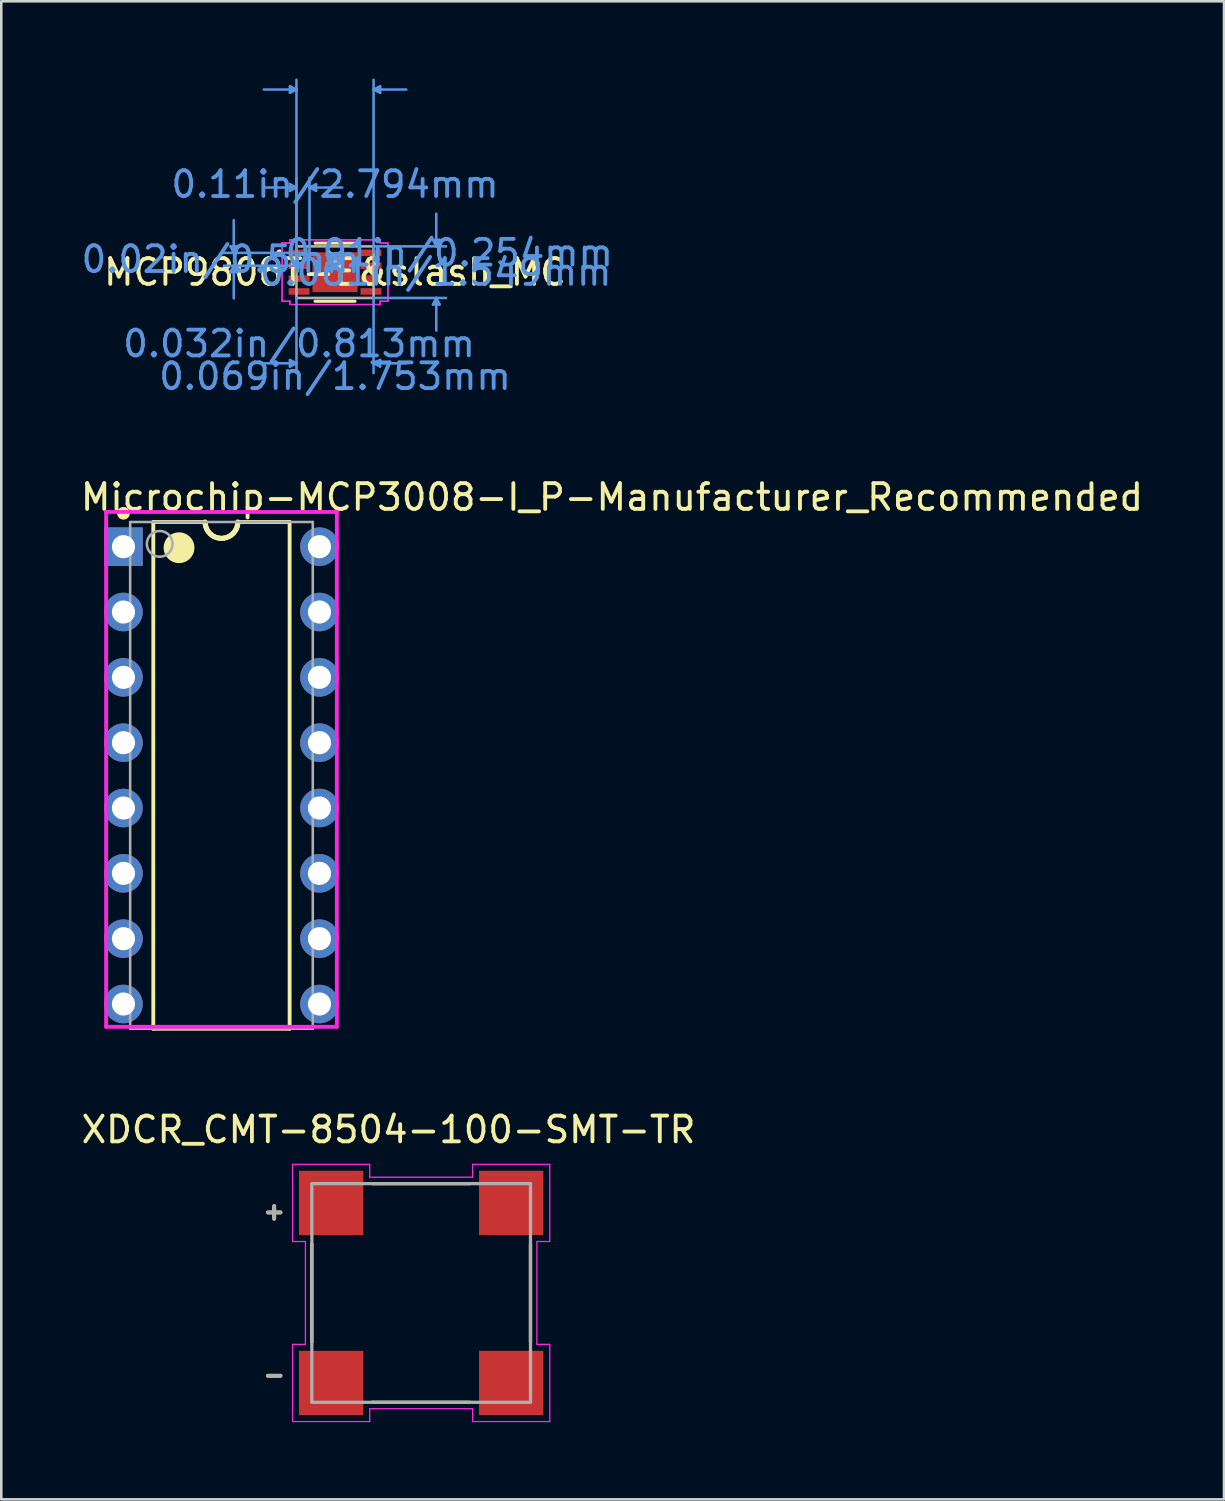
<source format=kicad_pcb>
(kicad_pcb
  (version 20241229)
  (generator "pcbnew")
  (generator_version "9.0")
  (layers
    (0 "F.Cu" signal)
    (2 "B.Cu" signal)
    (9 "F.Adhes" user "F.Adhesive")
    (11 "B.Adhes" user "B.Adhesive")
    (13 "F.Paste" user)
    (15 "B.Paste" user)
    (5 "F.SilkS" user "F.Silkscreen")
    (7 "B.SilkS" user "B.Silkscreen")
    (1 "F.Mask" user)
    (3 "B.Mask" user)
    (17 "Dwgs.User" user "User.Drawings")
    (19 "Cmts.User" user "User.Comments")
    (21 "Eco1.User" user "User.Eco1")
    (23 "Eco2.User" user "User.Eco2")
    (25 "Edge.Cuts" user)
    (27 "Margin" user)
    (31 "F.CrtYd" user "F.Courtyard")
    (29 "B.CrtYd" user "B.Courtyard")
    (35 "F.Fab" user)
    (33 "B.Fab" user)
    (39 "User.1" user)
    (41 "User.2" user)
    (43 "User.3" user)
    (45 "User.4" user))
  (footprint "MCP9808T-E&slash_MC"
    (layer "F.Cu")
    (at 9.975 7.531)
    (property "Reference" "MCP9808T-E&slash_MC" (at 0 0 0) (layer "F.SilkS") (effects (font (size 1 1) (thickness 0.15))))
    (attr through_hole)
    (fp_line (start -0.775 1.13) (end 0.775 1.13) (stroke (width 0.12) (type solid)) (layer "F.SilkS"))
    (fp_line (start 0.775 -1.13) (end -0.775 -1.13) (stroke (width 0.12) (type solid)) (layer "F.SilkS"))
    (fp_arc (start -2.13614 -0.676171) (mid -2.2312 -0.75) (end -2.13614 -0.823829) (stroke (width 0.12) (type solid)) (layer "F.SilkS"))
    (fp_line (start -4.064 -1.004) (end -3.81 -1.004) (stroke (width 0.1) (type solid)) (layer "Cmts.User"))
    (fp_line (start -4.064 0.004) (end -3.81 0.004) (stroke (width 0.1) (type solid)) (layer "Cmts.User"))
    (fp_line (start -3.937 -0.75) (end -4.064 -1.004) (stroke (width 0.1) (type solid)) (layer "Cmts.User"))
    (fp_line (start -3.937 -0.75) (end -3.937 -2.02) (stroke (width 0.1) (type solid)) (layer "Cmts.User"))
    (fp_line (start -3.937 -0.75) (end -3.81 -1.004) (stroke (width 0.1) (type solid)) (layer "Cmts.User"))
    (fp_line (start -3.937 -0.25) (end -4.064 0.004) (stroke (width 0.1) (type solid)) (layer "Cmts.User"))
    (fp_line (start -3.937 -0.25) (end -3.937 1.02) (stroke (width 0.1) (type solid)) (layer "Cmts.User"))
    (fp_line (start -3.937 -0.25) (end -3.81 0.004) (stroke (width 0.1) (type solid)) (layer "Cmts.User"))
    (fp_line (start -1.753 -7.227) (end -1.753 -6.973) (stroke (width 0.1) (type solid)) (layer "Cmts.User"))
    (fp_line (start -1.753 -3.417) (end -1.753 -3.163) (stroke (width 0.1) (type solid)) (layer "Cmts.User"))
    (fp_line (start -1.753 3.416) (end -1.753 3.67) (stroke (width 0.1) (type solid)) (layer "Cmts.User"))
    (fp_line (start -1.499 -7.1) (end -2.769 -7.1) (stroke (width 0.1) (type solid)) (layer "Cmts.User"))
    (fp_line (start -1.499 -7.1) (end -1.753 -7.227) (stroke (width 0.1) (type solid)) (layer "Cmts.User"))
    (fp_line (start -1.499 -7.1) (end -1.753 -6.973) (stroke (width 0.1) (type solid)) (layer "Cmts.User"))
    (fp_line (start -1.499 -3.29) (end -2.769 -3.29) (stroke (width 0.1) (type solid)) (layer "Cmts.User"))
    (fp_line (start -1.499 -3.29) (end -1.753 -3.417) (stroke (width 0.1) (type solid)) (layer "Cmts.User"))
    (fp_line (start -1.499 -3.29) (end -1.753 -3.163) (stroke (width 0.1) (type solid)) (layer "Cmts.User"))
    (fp_line (start -1.499 -0.75) (end -1.499 -7.481) (stroke (width 0.1) (type solid)) (layer "Cmts.User"))
    (fp_line (start -1.499 -0.75) (end -1.499 -3.671) (stroke (width 0.1) (type solid)) (layer "Cmts.User"))
    (fp_line (start -1.499 1.003) (end -1.499 3.924) (stroke (width 0.1) (type solid)) (layer "Cmts.User"))
    (fp_line (start -1.499 3.543) (end -2.769 3.543) (stroke (width 0.1) (type solid)) (layer "Cmts.User"))
    (fp_line (start -1.499 3.543) (end -1.753 3.416) (stroke (width 0.1) (type solid)) (layer "Cmts.User"))
    (fp_line (start -1.499 3.543) (end -1.753 3.67) (stroke (width 0.1) (type solid)) (layer "Cmts.User"))
    (fp_line (start -1.397 -0.75) (end -4.318 -0.75) (stroke (width 0.1) (type solid)) (layer "Cmts.User"))
    (fp_line (start -1.397 -0.25) (end -4.318 -0.25) (stroke (width 0.1) (type solid)) (layer "Cmts.User"))
    (fp_line (start -0.991 -3.29) (end -0.737 -3.417) (stroke (width 0.1) (type solid)) (layer "Cmts.User"))
    (fp_line (start -0.991 -3.29) (end -0.737 -3.163) (stroke (width 0.1) (type solid)) (layer "Cmts.User"))
    (fp_line (start -0.991 -3.29) (end 0.279 -3.29) (stroke (width 0.1) (type solid)) (layer "Cmts.User"))
    (fp_line (start -0.991 -0.75) (end -0.991 -3.671) (stroke (width 0.1) (type solid)) (layer "Cmts.User"))
    (fp_line (start -0.737 -3.417) (end -0.737 -3.163) (stroke (width 0.1) (type solid)) (layer "Cmts.User"))
    (fp_line (start 1.499 -7.1) (end 1.753 -7.227) (stroke (width 0.1) (type solid)) (layer "Cmts.User"))
    (fp_line (start 1.499 -7.1) (end 1.753 -6.973) (stroke (width 0.1) (type solid)) (layer "Cmts.User"))
    (fp_line (start 1.499 -7.1) (end 2.769 -7.1) (stroke (width 0.1) (type solid)) (layer "Cmts.User"))
    (fp_line (start 1.499 -1.003) (end 4.318 -1.003) (stroke (width 0.1) (type solid)) (layer "Cmts.User"))
    (fp_line (start 1.499 -0.75) (end 1.499 -7.481) (stroke (width 0.1) (type solid)) (layer "Cmts.User"))
    (fp_line (start 1.499 1.003) (end 1.499 3.924) (stroke (width 0.1) (type solid)) (layer "Cmts.User"))
    (fp_line (start 1.499 1.003) (end 4.318 1.003) (stroke (width 0.1) (type solid)) (layer "Cmts.User"))
    (fp_line (start 1.499 3.543) (end 1.753 3.416) (stroke (width 0.1) (type solid)) (layer "Cmts.User"))
    (fp_line (start 1.499 3.543) (end 1.753 3.67) (stroke (width 0.1) (type solid)) (layer "Cmts.User"))
    (fp_line (start 1.499 3.543) (end 2.769 3.543) (stroke (width 0.1) (type solid)) (layer "Cmts.User"))
    (fp_line (start 1.753 -7.227) (end 1.753 -6.973) (stroke (width 0.1) (type solid)) (layer "Cmts.User"))
    (fp_line (start 1.753 3.416) (end 1.753 3.67) (stroke (width 0.1) (type solid)) (layer "Cmts.User"))
    (fp_line (start 3.81 -1.257) (end 4.064 -1.257) (stroke (width 0.1) (type solid)) (layer "Cmts.User"))
    (fp_line (start 3.81 1.257) (end 4.064 1.257) (stroke (width 0.1) (type solid)) (layer "Cmts.User"))
    (fp_line (start 3.937 -1.003) (end 3.81 -1.257) (stroke (width 0.1) (type solid)) (layer "Cmts.User"))
    (fp_line (start 3.937 -1.003) (end 3.937 -2.273) (stroke (width 0.1) (type solid)) (layer "Cmts.User"))
    (fp_line (start 3.937 -1.003) (end 4.064 -1.257) (stroke (width 0.1) (type solid)) (layer "Cmts.User"))
    (fp_line (start 3.937 1.003) (end 3.81 1.257) (stroke (width 0.1) (type solid)) (layer "Cmts.User"))
    (fp_line (start 3.937 1.003) (end 3.937 2.273) (stroke (width 0.1) (type solid)) (layer "Cmts.User"))
    (fp_line (start 3.937 1.003) (end 4.064 1.257) (stroke (width 0.1) (type solid)) (layer "Cmts.User"))
    (fp_line (start -2.057 -1.131) (end -1.753 -1.131) (stroke (width 0.05) (type solid)) (layer "F.CrtYd"))
    (fp_line (start -2.057 -1.131) (end -1.753 -1.131) (stroke (width 0.05) (type solid)) (layer "F.CrtYd"))
    (fp_line (start -2.057 1.131) (end -2.057 -1.131) (stroke (width 0.05) (type solid)) (layer "F.CrtYd"))
    (fp_line (start -2.057 1.131) (end -2.057 -1.131) (stroke (width 0.05) (type solid)) (layer "F.CrtYd"))
    (fp_line (start -2.057 1.131) (end -1.753 1.131) (stroke (width 0.05) (type solid)) (layer "F.CrtYd"))
    (fp_line (start -1.753 -1.257) (end 1.753 -1.257) (stroke (width 0.05) (type solid)) (layer "F.CrtYd"))
    (fp_line (start -1.753 -1.257) (end 1.753 -1.257) (stroke (width 0.05) (type solid)) (layer "F.CrtYd"))
    (fp_line (start -1.753 -1.131) (end -1.753 -1.257) (stroke (width 0.05) (type solid)) (layer "F.CrtYd"))
    (fp_line (start -1.753 -1.131) (end -1.753 -1.257) (stroke (width 0.05) (type solid)) (layer "F.CrtYd"))
    (fp_line (start -1.753 1.131) (end -2.057 1.131) (stroke (width 0.05) (type solid)) (layer "F.CrtYd"))
    (fp_line (start -1.753 1.257) (end -1.753 1.131) (stroke (width 0.05) (type solid)) (layer "F.CrtYd"))
    (fp_line (start -1.753 1.257) (end -1.753 1.131) (stroke (width 0.05) (type solid)) (layer "F.CrtYd"))
    (fp_line (start 1.753 -1.257) (end 1.753 -1.131) (stroke (width 0.05) (type solid)) (layer "F.CrtYd"))
    (fp_line (start 1.753 -1.257) (end 1.753 -1.131) (stroke (width 0.05) (type solid)) (layer "F.CrtYd"))
    (fp_line (start 1.753 -1.131) (end 2.057 -1.131) (stroke (width 0.05) (type solid)) (layer "F.CrtYd"))
    (fp_line (start 1.753 1.131) (end 1.753 1.257) (stroke (width 0.05) (type solid)) (layer "F.CrtYd"))
    (fp_line (start 1.753 1.131) (end 1.753 1.257) (stroke (width 0.05) (type solid)) (layer "F.CrtYd"))
    (fp_line (start 1.753 1.257) (end -1.753 1.257) (stroke (width 0.05) (type solid)) (layer "F.CrtYd"))
    (fp_line (start 1.753 1.257) (end -1.753 1.257) (stroke (width 0.05) (type solid)) (layer "F.CrtYd"))
    (fp_line (start 2.057 -1.131) (end 1.753 -1.131) (stroke (width 0.05) (type solid)) (layer "F.CrtYd"))
    (fp_line (start 2.057 -1.131) (end 2.057 1.131) (stroke (width 0.05) (type solid)) (layer "F.CrtYd"))
    (fp_line (start 2.057 -1.131) (end 2.057 1.131) (stroke (width 0.05) (type solid)) (layer "F.CrtYd"))
    (fp_line (start 2.057 1.131) (end 1.753 1.131) (stroke (width 0.05) (type solid)) (layer "F.CrtYd"))
    (fp_line (start 2.057 1.131) (end 1.753 1.131) (stroke (width 0.05) (type solid)) (layer "F.CrtYd"))
    (fp_line (start -1.499 -1.003) (end -1.499 1.003) (stroke (width 0.1) (type solid)) (layer "F.Fab"))
    (fp_line (start -1.499 1.003) (end 1.499 1.003) (stroke (width 0.1) (type solid)) (layer "F.Fab"))
    (fp_line (start 1.499 -1.003) (end -1.499 -1.003) (stroke (width 0.1) (type solid)) (layer "F.Fab"))
    (fp_line (start 1.499 1.003) (end 1.499 -1.003) (stroke (width 0.1) (type solid)) (layer "F.Fab"))
    (fp_arc (start 0.3048 -1.0033) (mid 0 -0.6985) (end -0.3048 -1.0033) (stroke (width 0.1) (type solid)) (layer "F.Fab"))
    (fp_text user "*" (at 0 0 0) (layer "F.SilkS") (effects (font (size 1 1) (thickness 0.15))))
    (fp_text user "Copyright 2021 Accelerated Designs. All rights reserved." (at 0 0 0) (layer "Cmts.User") (effects (font (size 0.127 0.127) (thickness 0.002))))
    (fp_text user "0.061in/1.549mm" (at 3.912 0 0) (layer "Cmts.User") (effects (font (size 1 1) (thickness 0.15))))
    (fp_text user "0.01in/0.254mm" (at 4.445 -0.75 0) (layer "Cmts.User") (effects (font (size 1 1) (thickness 0.15))))
    (fp_text user "0.032in/0.813mm" (at -1.397 2.781 0) (layer "Cmts.User") (effects (font (size 1 1) (thickness 0.15))))
    (fp_text user "0.11in/2.794mm" (at 0 -3.416 0) (layer "Cmts.User") (effects (font (size 1 1) (thickness 0.15))))
    (fp_text user "0.02in/0.5mm" (at -4.445 -0.5 0) (layer "Cmts.User") (effects (font (size 1 1) (thickness 0.15))))
    (fp_text user "0.069in/1.753mm" (at 0 4.051 0) (layer "Cmts.User") (effects (font (size 1 1) (thickness 0.15))))
    (fp_text user "*" (at 0 0 0) (layer "F.Fab") (effects (font (size 1 1) (thickness 0.15))))
    (pad "1" smd rect (at -1.397 -0.75) (size 0.813 0.254) (layers "F.Cu" "F.Mask" "F.Paste"))
    (pad "2" smd rect (at -1.397 -0.25) (size 0.813 0.254) (layers "F.Cu" "F.Mask" "F.Paste"))
    (pad "3" smd rect (at -1.397 0.25) (size 0.813 0.254) (layers "F.Cu" "F.Mask" "F.Paste"))
    (pad "4" smd rect (at -1.397 0.75) (size 0.813 0.254) (layers "F.Cu" "F.Mask" "F.Paste"))
    (pad "5" smd rect (at 1.397 0.75) (size 0.813 0.254) (layers "F.Cu" "F.Mask" "F.Paste"))
    (pad "6" smd rect (at 1.397 0.25) (size 0.813 0.254) (layers "F.Cu" "F.Mask" "F.Paste"))
    (pad "7" smd rect (at 1.397 -0.25) (size 0.813 0.254) (layers "F.Cu" "F.Mask" "F.Paste"))
    (pad "8" smd rect (at 1.397 -0.75) (size 0.813 0.254) (layers "F.Cu" "F.Mask" "F.Paste"))
    (pad "9" smd rect (at 0 0) (size 1.753 1.549) (layers "F.Cu" "F.Mask" "F.Paste")))
  (footprint "Microchip-MCP3008-I_P-Manufacturer_Recommended"
    (layer "F.Cu")
    (at 5.56 27.094)
    (property "Reference" "Microchip-MCP3008-I_P-Manufacturer_Recommended" (at -5.56 -10.815 0) (layer "F.SilkS") (effects (font (size 1 1) (thickness 0.15)) (justify left)))
    (attr through_hole)
    (fp_line (start -2.65 -9.85) (end -0.635 -9.85) (stroke (width 0.15) (type solid)) (layer "F.SilkS"))
    (fp_line (start -2.65 9.85) (end -2.65 -9.85) (stroke (width 0.15) (type solid)) (layer "F.SilkS"))
    (fp_line (start -2.65 9.85) (end 2.65 9.85) (stroke (width 0.15) (type solid)) (layer "F.SilkS"))
    (fp_line (start -0.635 -9.85) (end -0.627 -9.751) (stroke (width 0.2) (type solid)) (layer "F.SilkS"))
    (fp_line (start -0.627 -9.751) (end -0.604 -9.654) (stroke (width 0.2) (type solid)) (layer "F.SilkS"))
    (fp_line (start -0.604 -9.654) (end -0.566 -9.562) (stroke (width 0.2) (type solid)) (layer "F.SilkS"))
    (fp_line (start -0.566 -9.562) (end -0.514 -9.477) (stroke (width 0.2) (type solid)) (layer "F.SilkS"))
    (fp_line (start -0.514 -9.477) (end -0.449 -9.401) (stroke (width 0.2) (type solid)) (layer "F.SilkS"))
    (fp_line (start -0.449 -9.401) (end -0.373 -9.336) (stroke (width 0.2) (type solid)) (layer "F.SilkS"))
    (fp_line (start -0.373 -9.336) (end -0.288 -9.284) (stroke (width 0.2) (type solid)) (layer "F.SilkS"))
    (fp_line (start -0.288 -9.284) (end -0.196 -9.246) (stroke (width 0.2) (type solid)) (layer "F.SilkS"))
    (fp_line (start -0.196 -9.246) (end -0.099 -9.223) (stroke (width 0.2) (type solid)) (layer "F.SilkS"))
    (fp_line (start -0.099 -9.223) (end 0 -9.215) (stroke (width 0.2) (type solid)) (layer "F.SilkS"))
    (fp_line (start 0 -9.215) (end 0.099 -9.223) (stroke (width 0.2) (type solid)) (layer "F.SilkS"))
    (fp_line (start 0.099 -9.223) (end 0.196 -9.246) (stroke (width 0.2) (type solid)) (layer "F.SilkS"))
    (fp_line (start 0.196 -9.246) (end 0.288 -9.284) (stroke (width 0.2) (type solid)) (layer "F.SilkS"))
    (fp_line (start 0.288 -9.284) (end 0.373 -9.336) (stroke (width 0.2) (type solid)) (layer "F.SilkS"))
    (fp_line (start 0.373 -9.336) (end 0.449 -9.401) (stroke (width 0.2) (type solid)) (layer "F.SilkS"))
    (fp_line (start 0.449 -9.401) (end 0.514 -9.477) (stroke (width 0.2) (type solid)) (layer "F.SilkS"))
    (fp_line (start 0.514 -9.477) (end 0.566 -9.562) (stroke (width 0.2) (type solid)) (layer "F.SilkS"))
    (fp_line (start 0.566 -9.562) (end 0.604 -9.654) (stroke (width 0.2) (type solid)) (layer "F.SilkS"))
    (fp_line (start 0.604 -9.654) (end 0.627 -9.751) (stroke (width 0.2) (type solid)) (layer "F.SilkS"))
    (fp_line (start 0.627 -9.751) (end 0.635 -9.85) (stroke (width 0.2) (type solid)) (layer "F.SilkS"))
    (fp_line (start 0.635 -9.85) (end 2.65 -9.85) (stroke (width 0.15) (type solid)) (layer "F.SilkS"))
    (fp_line (start 2.65 9.85) (end 2.65 -9.85) (stroke (width 0.15) (type solid)) (layer "F.SilkS"))
    (fp_circle (center -3.81 -10.19) (end -3.685 -10.19) (stroke (width 0.25) (type solid)) (fill no) (layer "F.SilkS"))
    (fp_circle (center -1.65 -8.85) (end -1.35 -8.85) (stroke (width 0.6) (type solid)) (fill no) (layer "F.SilkS"))
    (fp_line (start -4.485 -10.24) (end -4.485 9.775) (stroke (width 0.15) (type solid)) (layer "F.CrtYd"))
    (fp_line (start -4.485 9.775) (end 4.485 9.775) (stroke (width 0.15) (type solid)) (layer "F.CrtYd"))
    (fp_line (start 4.485 -10.24) (end -4.485 -10.24) (stroke (width 0.15) (type solid)) (layer "F.CrtYd"))
    (fp_line (start 4.485 -10.24) (end 4.485 -10.24) (stroke (width 0.15) (type solid)) (layer "F.CrtYd"))
    (fp_line (start 4.485 9.775) (end 4.485 -10.24) (stroke (width 0.15) (type solid)) (layer "F.CrtYd"))
    (fp_line (start -3.55 -9.85) (end 3.55 -9.85) (stroke (width 0.1) (type solid)) (layer "F.Fab"))
    (fp_line (start -3.55 9.85) (end -3.55 -9.85) (stroke (width 0.1) (type solid)) (layer "F.Fab"))
    (fp_line (start -3.55 9.85) (end 3.55 9.85) (stroke (width 0.1) (type solid)) (layer "F.Fab"))
    (fp_line (start 3.55 9.85) (end 3.55 -9.85) (stroke (width 0.1) (type solid)) (layer "F.Fab"))
    (fp_circle (center -2.4 -9) (end -1.9 -9) (stroke (width 0.1) (type solid)) (fill no) (layer "F.Fab"))
    (pad "1" thru_hole rect (at -3.81 -8.89) (size 1.5 1.5) (drill 0.9) (layers "*.Cu"))
    (pad "2" thru_hole circle (at -3.81 -6.35) (size 1.5 1.5) (drill 0.9) (layers "*.Cu"))
    (pad "3" thru_hole circle (at -3.81 -3.81) (size 1.5 1.5) (drill 0.9) (layers "*.Cu"))
    (pad "4" thru_hole circle (at -3.81 -1.27) (size 1.5 1.5) (drill 0.9) (layers "*.Cu"))
    (pad "5" thru_hole circle (at -3.81 1.27) (size 1.5 1.5) (drill 0.9) (layers "*.Cu"))
    (pad "6" thru_hole circle (at -3.81 3.81) (size 1.5 1.5) (drill 0.9) (layers "*.Cu"))
    (pad "7" thru_hole circle (at -3.81 6.35) (size 1.5 1.5) (drill 0.9) (layers "*.Cu"))
    (pad "8" thru_hole circle (at -3.81 8.89) (size 1.5 1.5) (drill 0.9) (layers "*.Cu"))
    (pad "9" thru_hole circle (at 3.81 8.89) (size 1.5 1.5) (drill 0.9) (layers "*.Cu"))
    (pad "10" thru_hole circle (at 3.81 6.35) (size 1.5 1.5) (drill 0.9) (layers "*.Cu"))
    (pad "11" thru_hole circle (at 3.81 3.81) (size 1.5 1.5) (drill 0.9) (layers "*.Cu"))
    (pad "12" thru_hole circle (at 3.81 1.27) (size 1.5 1.5) (drill 0.9) (layers "*.Cu"))
    (pad "13" thru_hole circle (at 3.81 -1.27) (size 1.5 1.5) (drill 0.9) (layers "*.Cu"))
    (pad "14" thru_hole circle (at 3.81 -3.81) (size 1.5 1.5) (drill 0.9) (layers "*.Cu"))
    (pad "15" thru_hole circle (at 3.81 -6.35) (size 1.5 1.5) (drill 0.9) (layers "*.Cu"))
    (pad "16" thru_hole circle (at 3.81 -8.89) (size 1.5 1.5) (drill 0.9) (layers "*.Cu")))
  (footprint "XDCR_CMT-8504-100-SMT-TR"
    (layer "F.Cu")
    (at 13.324 47.217)
    (property "Reference" "XDCR_CMT-8504-100-SMT-TR" (at -1.27 -6.35 0) (layer "F.SilkS") (effects (font (size 1 1) (thickness 0.15))))
    (attr through_hole)
    (fp_line (start -4.25 -1.9) (end -4.25 1.9) (stroke (width 0.127) (type solid)) (layer "F.SilkS"))
    (fp_line (start -1.9 4.25) (end 1.9 4.25) (stroke (width 0.127) (type solid)) (layer "F.SilkS"))
    (fp_line (start 1.9 -4.25) (end -1.9 -4.25) (stroke (width 0.127) (type solid)) (layer "F.SilkS"))
    (fp_line (start 4.25 1.9) (end 4.25 -1.9) (stroke (width 0.127) (type solid)) (layer "F.SilkS"))
    (fp_line (start -5 -5) (end -2 -5) (stroke (width 0.05) (type solid)) (layer "F.CrtYd"))
    (fp_line (start -5 -2) (end -5 -5) (stroke (width 0.05) (type solid)) (layer "F.CrtYd"))
    (fp_line (start -5 2) (end -4.5 2) (stroke (width 0.05) (type solid)) (layer "F.CrtYd"))
    (fp_line (start -5 5) (end -5 2) (stroke (width 0.05) (type solid)) (layer "F.CrtYd"))
    (fp_line (start -4.5 -2) (end -5 -2) (stroke (width 0.05) (type solid)) (layer "F.CrtYd"))
    (fp_line (start -4.5 2) (end -4.5 -2) (stroke (width 0.05) (type solid)) (layer "F.CrtYd"))
    (fp_line (start -2 -5) (end -2 -4.5) (stroke (width 0.05) (type solid)) (layer "F.CrtYd"))
    (fp_line (start -2 -4.5) (end 2 -4.5) (stroke (width 0.05) (type solid)) (layer "F.CrtYd"))
    (fp_line (start -2 4.5) (end -2 5) (stroke (width 0.05) (type solid)) (layer "F.CrtYd"))
    (fp_line (start -2 5) (end -5 5) (stroke (width 0.05) (type solid)) (layer "F.CrtYd"))
    (fp_line (start 2 -5) (end 5 -5) (stroke (width 0.05) (type solid)) (layer "F.CrtYd"))
    (fp_line (start 2 -4.5) (end 2 -5) (stroke (width 0.05) (type solid)) (layer "F.CrtYd"))
    (fp_line (start 2 4.5) (end -2 4.5) (stroke (width 0.05) (type solid)) (layer "F.CrtYd"))
    (fp_line (start 2 5) (end 2 4.5) (stroke (width 0.05) (type solid)) (layer "F.CrtYd"))
    (fp_line (start 4.5 -2) (end 4.5 2) (stroke (width 0.05) (type solid)) (layer "F.CrtYd"))
    (fp_line (start 4.5 2) (end 5 2) (stroke (width 0.05) (type solid)) (layer "F.CrtYd"))
    (fp_line (start 5 -5) (end 5 -2) (stroke (width 0.05) (type solid)) (layer "F.CrtYd"))
    (fp_line (start 5 -2) (end 4.5 -2) (stroke (width 0.05) (type solid)) (layer "F.CrtYd"))
    (fp_line (start 5 2) (end 5 5) (stroke (width 0.05) (type solid)) (layer "F.CrtYd"))
    (fp_line (start 5 5) (end 2 5) (stroke (width 0.05) (type solid)) (layer "F.CrtYd"))
    (fp_line (start -4.25 -4.25) (end -4.25 4.25) (stroke (width 0.127) (type solid)) (layer "F.Fab"))
    (fp_line (start -4.25 4.25) (end 4.25 4.25) (stroke (width 0.127) (type solid)) (layer "F.Fab"))
    (fp_line (start 4.25 -4.25) (end -4.25 -4.25) (stroke (width 0.127) (type solid)) (layer "F.Fab"))
    (fp_line (start 4.25 4.25) (end 4.25 -4.25) (stroke (width 0.127) (type solid)) (layer "F.Fab"))
    (fp_text user "+" (at -5.715 -3.175 0) (layer "F.SilkS") (effects (font (size 0.64 0.64) (thickness 0.15))))
    (fp_text user "-" (at -5.715 3.175 0) (layer "F.SilkS") (effects (font (size 0.64 0.64) (thickness 0.15))))
    (fp_text user "-" (at -5.715 3.175 0) (layer "F.Fab") (effects (font (size 0.64 0.64) (thickness 0.15))))
    (fp_text user "+" (at -5.715 -3.175 0) (layer "F.Fab") (effects (font (size 0.64 0.64) (thickness 0.15))))
    (pad "1" smd rect (at 3.5 -3.5) (size 2.5 2.5) (layers "F.Cu" "F.Mask" "F.Paste"))
    (pad "2" smd rect (at 3.5 3.5) (size 2.5 2.5) (layers "F.Cu" "F.Mask" "F.Paste"))
    (pad "N" smd rect (at -3.5 3.5) (size 2.5 2.5) (layers "F.Cu" "F.Mask" "F.Paste"))
    (pad "P" smd rect (at -3.5 -3.5) (size 2.5 2.5) (layers "F.Cu" "F.Mask" "F.Paste")))
  (gr_rect
    (start -3 -3)
    (end 44.536 55.242)
    (stroke (width 0.1) (type default))
    (fill no)
    (layer "Edge.Cuts")))
</source>
